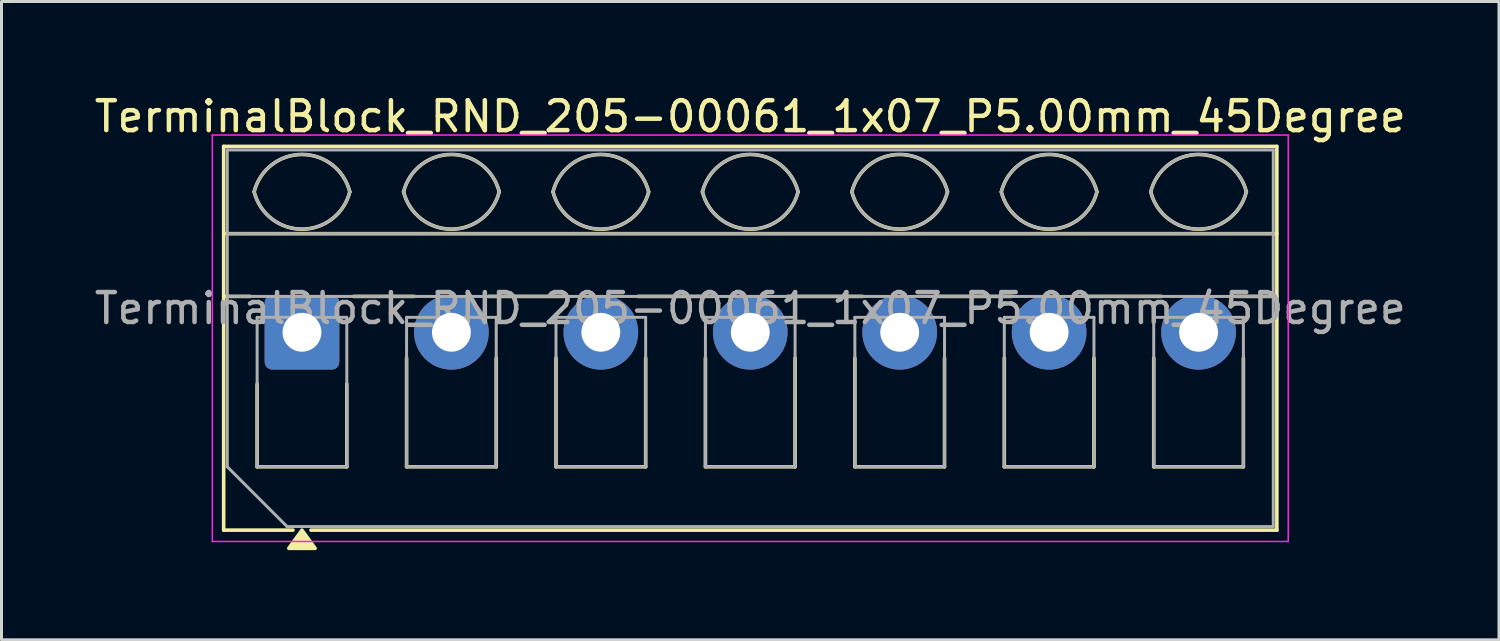
<source format=kicad_pcb>
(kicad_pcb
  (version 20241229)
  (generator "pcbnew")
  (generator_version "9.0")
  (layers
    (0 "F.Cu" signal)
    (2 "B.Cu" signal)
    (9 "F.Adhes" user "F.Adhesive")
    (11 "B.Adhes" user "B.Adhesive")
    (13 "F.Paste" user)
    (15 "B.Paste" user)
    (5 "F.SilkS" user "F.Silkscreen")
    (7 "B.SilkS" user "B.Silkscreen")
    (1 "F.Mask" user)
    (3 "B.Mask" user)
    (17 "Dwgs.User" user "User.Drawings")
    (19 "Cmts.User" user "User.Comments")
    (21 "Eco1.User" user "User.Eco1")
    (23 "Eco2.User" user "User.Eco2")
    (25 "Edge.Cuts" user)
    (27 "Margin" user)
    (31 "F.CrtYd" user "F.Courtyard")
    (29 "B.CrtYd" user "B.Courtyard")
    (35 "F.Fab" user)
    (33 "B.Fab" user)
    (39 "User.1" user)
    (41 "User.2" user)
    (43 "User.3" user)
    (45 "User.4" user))
  (footprint "TerminalBlock_RND_205-00061_1x07_P5.00mm_45Degree"
    (layer "F.Cu")
    (at 7.054 8.068)
    (property "Reference" "TerminalBlock_RND_205-00061_1x07_P5.00mm_45Degree" (at 15 -7.22 0) (layer "F.SilkS") (effects (font (size 1 1) (thickness 0.15))))
    (attr through_hole)
    (fp_line (start -2.62 -6.22) (end -2.62 6.62) (stroke (width 0.12) (type solid)) (layer "F.SilkS"))
    (fp_line (start -2.62 -6.22) (end 32.62 -6.22) (stroke (width 0.12) (type solid)) (layer "F.SilkS"))
    (fp_line (start -2.62 -3.3) (end 32.62 -3.3) (stroke (width 0.12) (type solid)) (layer "F.SilkS"))
    (fp_line (start -2.62 -1.2) (end -1.73 -1.2) (stroke (width 0.12) (type solid)) (layer "F.SilkS"))
    (fp_line (start -2.62 6.62) (end -0.3 6.62) (stroke (width 0.12) (type solid)) (layer "F.SilkS"))
    (fp_line (start -1.5 1.73) (end -1.5 4.5) (stroke (width 0.12) (type solid)) (layer "F.SilkS"))
    (fp_line (start -1.5 4.5) (end 1.5 4.5) (stroke (width 0.12) (type solid)) (layer "F.SilkS"))
    (fp_line (start 0.3 6.62) (end 32.62 6.62) (stroke (width 0.12) (type solid)) (layer "F.SilkS"))
    (fp_line (start 1.5 1.73) (end 1.5 4.5) (stroke (width 0.12) (type solid)) (layer "F.SilkS"))
    (fp_line (start 1.73 -1.2) (end 3.754 -1.2) (stroke (width 0.12) (type solid)) (layer "F.SilkS"))
    (fp_line (start 3.5 0.862) (end 3.5 4.5) (stroke (width 0.12) (type solid)) (layer "F.SilkS"))
    (fp_line (start 3.5 4.5) (end 6.5 4.5) (stroke (width 0.12) (type solid)) (layer "F.SilkS"))
    (fp_line (start 6.246 -1.2) (end 8.754 -1.2) (stroke (width 0.12) (type solid)) (layer "F.SilkS"))
    (fp_line (start 6.5 0.862) (end 6.5 4.5) (stroke (width 0.12) (type solid)) (layer "F.SilkS"))
    (fp_line (start 8.5 0.862) (end 8.5 4.5) (stroke (width 0.12) (type solid)) (layer "F.SilkS"))
    (fp_line (start 8.5 4.5) (end 11.5 4.5) (stroke (width 0.12) (type solid)) (layer "F.SilkS"))
    (fp_line (start 11.246 -1.2) (end 13.754 -1.2) (stroke (width 0.12) (type solid)) (layer "F.SilkS"))
    (fp_line (start 11.5 0.862) (end 11.5 4.5) (stroke (width 0.12) (type solid)) (layer "F.SilkS"))
    (fp_line (start 13.5 0.862) (end 13.5 4.5) (stroke (width 0.12) (type solid)) (layer "F.SilkS"))
    (fp_line (start 13.5 4.5) (end 16.5 4.5) (stroke (width 0.12) (type solid)) (layer "F.SilkS"))
    (fp_line (start 16.246 -1.2) (end 18.754 -1.2) (stroke (width 0.12) (type solid)) (layer "F.SilkS"))
    (fp_line (start 16.5 0.862) (end 16.5 4.5) (stroke (width 0.12) (type solid)) (layer "F.SilkS"))
    (fp_line (start 18.5 0.862) (end 18.5 4.5) (stroke (width 0.12) (type solid)) (layer "F.SilkS"))
    (fp_line (start 18.5 4.5) (end 21.5 4.5) (stroke (width 0.12) (type solid)) (layer "F.SilkS"))
    (fp_line (start 21.246 -1.2) (end 23.754 -1.2) (stroke (width 0.12) (type solid)) (layer "F.SilkS"))
    (fp_line (start 21.5 0.862) (end 21.5 4.5) (stroke (width 0.12) (type solid)) (layer "F.SilkS"))
    (fp_line (start 23.5 0.862) (end 23.5 4.5) (stroke (width 0.12) (type solid)) (layer "F.SilkS"))
    (fp_line (start 23.5 4.5) (end 26.5 4.5) (stroke (width 0.12) (type solid)) (layer "F.SilkS"))
    (fp_line (start 26.246 -1.2) (end 28.754 -1.2) (stroke (width 0.12) (type solid)) (layer "F.SilkS"))
    (fp_line (start 26.5 0.862) (end 26.5 4.5) (stroke (width 0.12) (type solid)) (layer "F.SilkS"))
    (fp_line (start 28.5 0.862) (end 28.5 4.5) (stroke (width 0.12) (type solid)) (layer "F.SilkS"))
    (fp_line (start 28.5 4.5) (end 31.5 4.5) (stroke (width 0.12) (type solid)) (layer "F.SilkS"))
    (fp_line (start 31.246 -1.2) (end 32.62 -1.2) (stroke (width 0.12) (type solid)) (layer "F.SilkS"))
    (fp_line (start 31.5 0.862) (end 31.5 4.5) (stroke (width 0.12) (type solid)) (layer "F.SilkS"))
    (fp_line (start 32.62 -6.22) (end 32.62 6.62) (stroke (width 0.12) (type solid)) (layer "F.SilkS"))
    (fp_arc (start -1.6 -4.7) (mid 0 -5.95) (end 1.6 -4.7) (stroke (width 0.12) (type solid)) (layer "F.SilkS"))
    (fp_arc (start 1.6 -4.7) (mid 0 -3.45) (end -1.6 -4.7) (stroke (width 0.12) (type solid)) (layer "F.SilkS"))
    (fp_arc (start 3.4 -4.7) (mid 5 -5.95) (end 6.6 -4.7) (stroke (width 0.12) (type solid)) (layer "F.SilkS"))
    (fp_arc (start 6.6 -4.7) (mid 5 -3.45) (end 3.4 -4.7) (stroke (width 0.12) (type solid)) (layer "F.SilkS"))
    (fp_arc (start 8.4 -4.7) (mid 10 -5.95) (end 11.6 -4.7) (stroke (width 0.12) (type solid)) (layer "F.SilkS"))
    (fp_arc (start 11.6 -4.7) (mid 10 -3.45) (end 8.4 -4.7) (stroke (width 0.12) (type solid)) (layer "F.SilkS"))
    (fp_arc (start 13.4 -4.7) (mid 15 -5.95) (end 16.6 -4.7) (stroke (width 0.12) (type solid)) (layer "F.SilkS"))
    (fp_arc (start 16.6 -4.7) (mid 15 -3.45) (end 13.4 -4.7) (stroke (width 0.12) (type solid)) (layer "F.SilkS"))
    (fp_arc (start 18.4 -4.7) (mid 20 -5.95) (end 21.6 -4.7) (stroke (width 0.12) (type solid)) (layer "F.SilkS"))
    (fp_arc (start 21.6 -4.7) (mid 20 -3.45) (end 18.4 -4.7) (stroke (width 0.12) (type solid)) (layer "F.SilkS"))
    (fp_arc (start 23.4 -4.7) (mid 25 -5.95) (end 26.6 -4.7) (stroke (width 0.12) (type solid)) (layer "F.SilkS"))
    (fp_arc (start 26.6 -4.7) (mid 25 -3.45) (end 23.4 -4.7) (stroke (width 0.12) (type solid)) (layer "F.SilkS"))
    (fp_arc (start 28.4 -4.7) (mid 30 -5.95) (end 31.6 -4.7) (stroke (width 0.12) (type solid)) (layer "F.SilkS"))
    (fp_arc (start 31.6 -4.7) (mid 30 -3.45) (end 28.4 -4.7) (stroke (width 0.12) (type solid)) (layer "F.SilkS"))
    (fp_poly (pts (xy 0 6.62) (xy 0.44 7.23) (xy -0.44 7.23)) (stroke (width 0.12) (type solid)) (fill yes) (layer "F.SilkS"))
    (fp_line (start -3 -6.6) (end -3 7) (stroke (width 0.05) (type solid)) (layer "F.CrtYd"))
    (fp_line (start -3 7) (end 33 7) (stroke (width 0.05) (type solid)) (layer "F.CrtYd"))
    (fp_line (start 33 -6.6) (end -3 -6.6) (stroke (width 0.05) (type solid)) (layer "F.CrtYd"))
    (fp_line (start 33 7) (end 33 -6.6) (stroke (width 0.05) (type solid)) (layer "F.CrtYd"))
    (fp_line (start -2.5 -6.1) (end 32.5 -6.1) (stroke (width 0.1) (type solid)) (layer "F.Fab"))
    (fp_line (start -2.5 -3.3) (end 32.5 -3.3) (stroke (width 0.1) (type solid)) (layer "F.Fab"))
    (fp_line (start -2.5 -1.2) (end 32.5 -1.2) (stroke (width 0.1) (type solid)) (layer "F.Fab"))
    (fp_line (start -2.5 4.5) (end -2.5 -6.1) (stroke (width 0.1) (type solid)) (layer "F.Fab"))
    (fp_line (start -1.5 -0.5) (end -1.5 4.5) (stroke (width 0.1) (type solid)) (layer "F.Fab"))
    (fp_line (start -1.5 4.5) (end 1.5 4.5) (stroke (width 0.1) (type solid)) (layer "F.Fab"))
    (fp_line (start -0.5 6.5) (end -2.5 4.5) (stroke (width 0.1) (type solid)) (layer "F.Fab"))
    (fp_line (start 1.5 -0.5) (end -1.5 -0.5) (stroke (width 0.1) (type solid)) (layer "F.Fab"))
    (fp_line (start 1.5 4.5) (end 1.5 -0.5) (stroke (width 0.1) (type solid)) (layer "F.Fab"))
    (fp_line (start 3.5 -0.5) (end 3.5 4.5) (stroke (width 0.1) (type solid)) (layer "F.Fab"))
    (fp_line (start 3.5 4.5) (end 6.5 4.5) (stroke (width 0.1) (type solid)) (layer "F.Fab"))
    (fp_line (start 6.5 -0.5) (end 3.5 -0.5) (stroke (width 0.1) (type solid)) (layer "F.Fab"))
    (fp_line (start 6.5 4.5) (end 6.5 -0.5) (stroke (width 0.1) (type solid)) (layer "F.Fab"))
    (fp_line (start 8.5 -0.5) (end 8.5 4.5) (stroke (width 0.1) (type solid)) (layer "F.Fab"))
    (fp_line (start 8.5 4.5) (end 11.5 4.5) (stroke (width 0.1) (type solid)) (layer "F.Fab"))
    (fp_line (start 11.5 -0.5) (end 8.5 -0.5) (stroke (width 0.1) (type solid)) (layer "F.Fab"))
    (fp_line (start 11.5 4.5) (end 11.5 -0.5) (stroke (width 0.1) (type solid)) (layer "F.Fab"))
    (fp_line (start 13.5 -0.5) (end 13.5 4.5) (stroke (width 0.1) (type solid)) (layer "F.Fab"))
    (fp_line (start 13.5 4.5) (end 16.5 4.5) (stroke (width 0.1) (type solid)) (layer "F.Fab"))
    (fp_line (start 16.5 -0.5) (end 13.5 -0.5) (stroke (width 0.1) (type solid)) (layer "F.Fab"))
    (fp_line (start 16.5 4.5) (end 16.5 -0.5) (stroke (width 0.1) (type solid)) (layer "F.Fab"))
    (fp_line (start 18.5 -0.5) (end 18.5 4.5) (stroke (width 0.1) (type solid)) (layer "F.Fab"))
    (fp_line (start 18.5 4.5) (end 21.5 4.5) (stroke (width 0.1) (type solid)) (layer "F.Fab"))
    (fp_line (start 21.5 -0.5) (end 18.5 -0.5) (stroke (width 0.1) (type solid)) (layer "F.Fab"))
    (fp_line (start 21.5 4.5) (end 21.5 -0.5) (stroke (width 0.1) (type solid)) (layer "F.Fab"))
    (fp_line (start 23.5 -0.5) (end 23.5 4.5) (stroke (width 0.1) (type solid)) (layer "F.Fab"))
    (fp_line (start 23.5 4.5) (end 26.5 4.5) (stroke (width 0.1) (type solid)) (layer "F.Fab"))
    (fp_line (start 26.5 -0.5) (end 23.5 -0.5) (stroke (width 0.1) (type solid)) (layer "F.Fab"))
    (fp_line (start 26.5 4.5) (end 26.5 -0.5) (stroke (width 0.1) (type solid)) (layer "F.Fab"))
    (fp_line (start 28.5 -0.5) (end 28.5 4.5) (stroke (width 0.1) (type solid)) (layer "F.Fab"))
    (fp_line (start 28.5 4.5) (end 31.5 4.5) (stroke (width 0.1) (type solid)) (layer "F.Fab"))
    (fp_line (start 31.5 -0.5) (end 28.5 -0.5) (stroke (width 0.1) (type solid)) (layer "F.Fab"))
    (fp_line (start 31.5 4.5) (end 31.5 -0.5) (stroke (width 0.1) (type solid)) (layer "F.Fab"))
    (fp_line (start 32.5 -6.1) (end 32.5 6.5) (stroke (width 0.1) (type solid)) (layer "F.Fab"))
    (fp_line (start 32.5 6.5) (end -0.5 6.5) (stroke (width 0.1) (type solid)) (layer "F.Fab"))
    (fp_arc (start -1.6 -4.7) (mid 0 -5.95) (end 1.6 -4.7) (stroke (width 0.1) (type solid)) (layer "F.Fab"))
    (fp_arc (start 1.6 -4.7) (mid 0 -3.45) (end -1.6 -4.7) (stroke (width 0.1) (type solid)) (layer "F.Fab"))
    (fp_arc (start 3.4 -4.7) (mid 5 -5.95) (end 6.6 -4.7) (stroke (width 0.1) (type solid)) (layer "F.Fab"))
    (fp_arc (start 6.6 -4.7) (mid 5 -3.45) (end 3.4 -4.7) (stroke (width 0.1) (type solid)) (layer "F.Fab"))
    (fp_arc (start 8.4 -4.7) (mid 10 -5.95) (end 11.6 -4.7) (stroke (width 0.1) (type solid)) (layer "F.Fab"))
    (fp_arc (start 11.6 -4.7) (mid 10 -3.45) (end 8.4 -4.7) (stroke (width 0.1) (type solid)) (layer "F.Fab"))
    (fp_arc (start 13.4 -4.7) (mid 15 -5.95) (end 16.6 -4.7) (stroke (width 0.1) (type solid)) (layer "F.Fab"))
    (fp_arc (start 16.6 -4.7) (mid 15 -3.45) (end 13.4 -4.7) (stroke (width 0.1) (type solid)) (layer "F.Fab"))
    (fp_arc (start 18.4 -4.7) (mid 20 -5.95) (end 21.6 -4.7) (stroke (width 0.1) (type solid)) (layer "F.Fab"))
    (fp_arc (start 21.6 -4.7) (mid 20 -3.45) (end 18.4 -4.7) (stroke (width 0.1) (type solid)) (layer "F.Fab"))
    (fp_arc (start 23.4 -4.7) (mid 25 -5.95) (end 26.6 -4.7) (stroke (width 0.1) (type solid)) (layer "F.Fab"))
    (fp_arc (start 26.6 -4.7) (mid 25 -3.45) (end 23.4 -4.7) (stroke (width 0.1) (type solid)) (layer "F.Fab"))
    (fp_arc (start 28.4 -4.7) (mid 30 -5.95) (end 31.6 -4.7) (stroke (width 0.1) (type solid)) (layer "F.Fab"))
    (fp_arc (start 31.6 -4.7) (mid 30 -3.45) (end 28.4 -4.7) (stroke (width 0.1) (type solid)) (layer "F.Fab"))
    (fp_text user "${REFERENCE}" (at 15 -0.8 0) (layer "F.Fab") (effects (font (size 1 1) (thickness 0.15))))
    (pad "1" thru_hole roundrect (at 0 0) (size 2.5 2.5) (drill 1.3) (layers "*.Cu" "*.Mask") (roundrect_rratio 0.1))
    (pad "2" thru_hole circle (at 5 0) (size 2.5 2.5) (drill 1.3) (layers "*.Cu" "*.Mask"))
    (pad "3" thru_hole circle (at 10 0) (size 2.5 2.5) (drill 1.3) (layers "*.Cu" "*.Mask"))
    (pad "4" thru_hole circle (at 15 0) (size 2.5 2.5) (drill 1.3) (layers "*.Cu" "*.Mask"))
    (pad "5" thru_hole circle (at 20 0) (size 2.5 2.5) (drill 1.3) (layers "*.Cu" "*.Mask"))
    (pad "6" thru_hole circle (at 25 0) (size 2.5 2.5) (drill 1.3) (layers "*.Cu" "*.Mask"))
    (pad "7" thru_hole circle (at 30 0) (size 2.5 2.5) (drill 1.3) (layers "*.Cu" "*.Mask")))
  (gr_rect
    (start -3 -3)
    (end 47.107 18.358)
    (stroke (width 0.1) (type default))
    (fill no)
    (layer "Edge.Cuts")))
</source>
